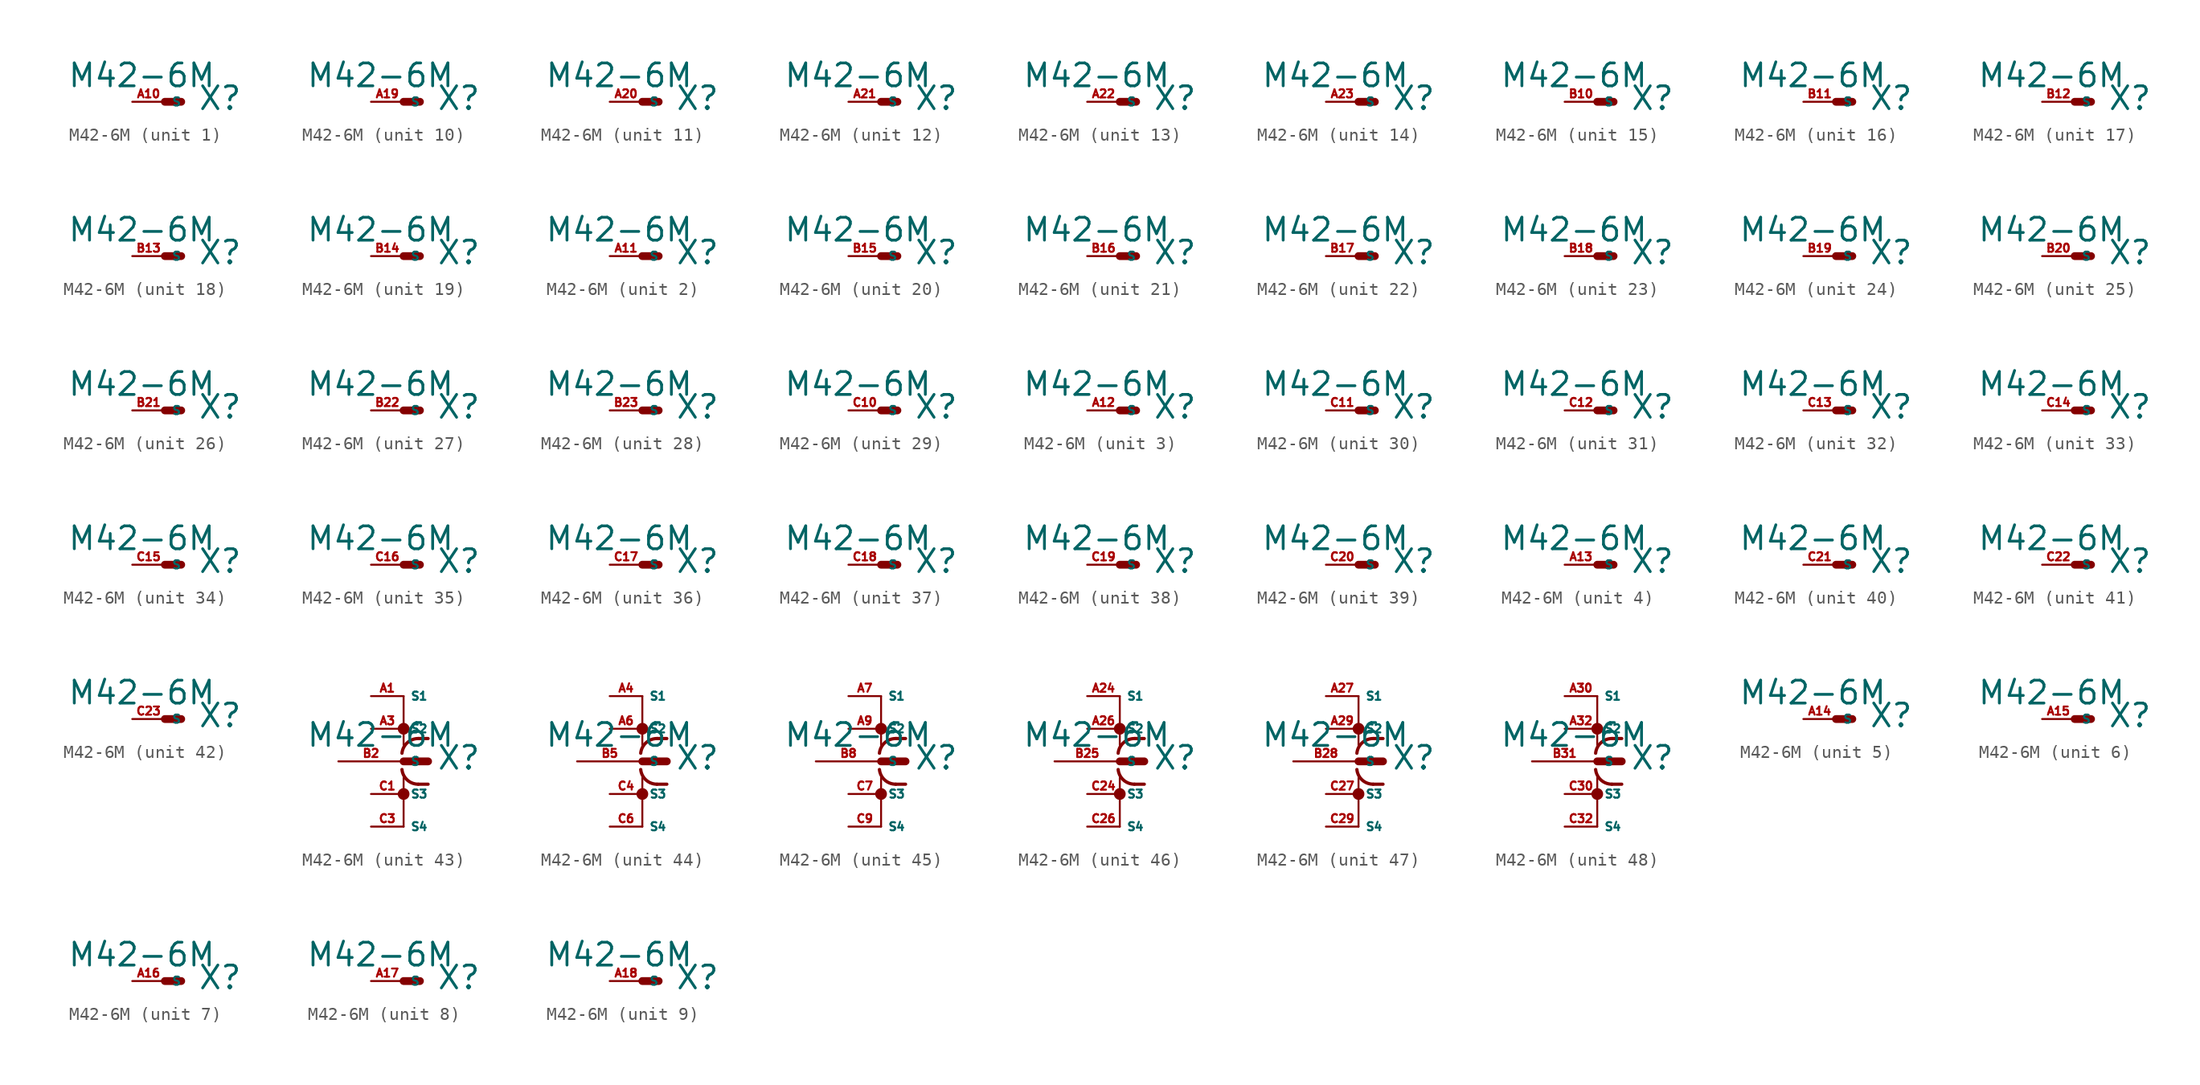
<source format=kicad_sym>
(kicad_symbol_lib
  (version 20220914)
  (generator Eagle2Kicad)
  (symbol "M42-6M"
    (property "Reference" "X"
      (at 2.54 -0.762 0)
      (effects (font (size 1.778 1.778) (thickness 0.22)) (justify left bottom)))
    (property "Value" "M42-6M"
      (at -7.62 1.016 0)
      (effects (font (size 1.778 1.778) (thickness 0.22)) (justify left bottom)))
    (symbol "M42-6M_1_0"
      (polyline (pts (xy 0 0) (xy 1.27 0)) (stroke (width 0.61) (type default)) (fill (type none)))
      (pin passive line (at -2.54 0 0) (length 2.54) (name "S" (effects (font (size 0.635 0.635) (thickness 0.08)) (justify left bottom))) (number "A10" (effects (font (size 0.635 0.635) (thickness 0.08)) (justify left bottom)))))
    (symbol "M42-6M_2_0"
      (polyline (pts (xy 0 0) (xy 1.27 0)) (stroke (width 0.61) (type default)) (fill (type none)))
      (pin passive line (at -2.54 0 0) (length 2.54) (name "S" (effects (font (size 0.635 0.635) (thickness 0.08)) (justify left bottom))) (number "A11" (effects (font (size 0.635 0.635) (thickness 0.08)) (justify left bottom)))))
    (symbol "M42-6M_3_0"
      (polyline (pts (xy 0 0) (xy 1.27 0)) (stroke (width 0.61) (type default)) (fill (type none)))
      (pin passive line (at -2.54 0 0) (length 2.54) (name "S" (effects (font (size 0.635 0.635) (thickness 0.08)) (justify left bottom))) (number "A12" (effects (font (size 0.635 0.635) (thickness 0.08)) (justify left bottom)))))
    (symbol "M42-6M_4_0"
      (polyline (pts (xy 0 0) (xy 1.27 0)) (stroke (width 0.61) (type default)) (fill (type none)))
      (pin passive line (at -2.54 0 0) (length 2.54) (name "S" (effects (font (size 0.635 0.635) (thickness 0.08)) (justify left bottom))) (number "A13" (effects (font (size 0.635 0.635) (thickness 0.08)) (justify left bottom)))))
    (symbol "M42-6M_5_0"
      (polyline (pts (xy 0 0) (xy 1.27 0)) (stroke (width 0.61) (type default)) (fill (type none)))
      (pin passive line (at -2.54 0 0) (length 2.54) (name "S" (effects (font (size 0.635 0.635) (thickness 0.08)) (justify left bottom))) (number "A14" (effects (font (size 0.635 0.635) (thickness 0.08)) (justify left bottom)))))
    (symbol "M42-6M_6_0"
      (polyline (pts (xy 0 0) (xy 1.27 0)) (stroke (width 0.61) (type default)) (fill (type none)))
      (pin passive line (at -2.54 0 0) (length 2.54) (name "S" (effects (font (size 0.635 0.635) (thickness 0.08)) (justify left bottom))) (number "A15" (effects (font (size 0.635 0.635) (thickness 0.08)) (justify left bottom)))))
    (symbol "M42-6M_7_0"
      (polyline (pts (xy 0 0) (xy 1.27 0)) (stroke (width 0.61) (type default)) (fill (type none)))
      (pin passive line (at -2.54 0 0) (length 2.54) (name "S" (effects (font (size 0.635 0.635) (thickness 0.08)) (justify left bottom))) (number "A16" (effects (font (size 0.635 0.635) (thickness 0.08)) (justify left bottom)))))
    (symbol "M42-6M_8_0"
      (polyline (pts (xy 0 0) (xy 1.27 0)) (stroke (width 0.61) (type default)) (fill (type none)))
      (pin passive line (at -2.54 0 0) (length 2.54) (name "S" (effects (font (size 0.635 0.635) (thickness 0.08)) (justify left bottom))) (number "A17" (effects (font (size 0.635 0.635) (thickness 0.08)) (justify left bottom)))))
    (symbol "M42-6M_9_0"
      (polyline (pts (xy 0 0) (xy 1.27 0)) (stroke (width 0.61) (type default)) (fill (type none)))
      (pin passive line (at -2.54 0 0) (length 2.54) (name "S" (effects (font (size 0.635 0.635) (thickness 0.08)) (justify left bottom))) (number "A18" (effects (font (size 0.635 0.635) (thickness 0.08)) (justify left bottom)))))
    (symbol "M42-6M_10_0"
      (polyline (pts (xy 0 0) (xy 1.27 0)) (stroke (width 0.61) (type default)) (fill (type none)))
      (pin passive line (at -2.54 0 0) (length 2.54) (name "S" (effects (font (size 0.635 0.635) (thickness 0.08)) (justify left bottom))) (number "A19" (effects (font (size 0.635 0.635) (thickness 0.08)) (justify left bottom)))))
    (symbol "M42-6M_11_0"
      (polyline (pts (xy 0 0) (xy 1.27 0)) (stroke (width 0.61) (type default)) (fill (type none)))
      (pin passive line (at -2.54 0 0) (length 2.54) (name "S" (effects (font (size 0.635 0.635) (thickness 0.08)) (justify left bottom))) (number "A20" (effects (font (size 0.635 0.635) (thickness 0.08)) (justify left bottom)))))
    (symbol "M42-6M_12_0"
      (polyline (pts (xy 0 0) (xy 1.27 0)) (stroke (width 0.61) (type default)) (fill (type none)))
      (pin passive line (at -2.54 0 0) (length 2.54) (name "S" (effects (font (size 0.635 0.635) (thickness 0.08)) (justify left bottom))) (number "A21" (effects (font (size 0.635 0.635) (thickness 0.08)) (justify left bottom)))))
    (symbol "M42-6M_13_0"
      (polyline (pts (xy 0 0) (xy 1.27 0)) (stroke (width 0.61) (type default)) (fill (type none)))
      (pin passive line (at -2.54 0 0) (length 2.54) (name "S" (effects (font (size 0.635 0.635) (thickness 0.08)) (justify left bottom))) (number "A22" (effects (font (size 0.635 0.635) (thickness 0.08)) (justify left bottom)))))
    (symbol "M42-6M_14_0"
      (polyline (pts (xy 0 0) (xy 1.27 0)) (stroke (width 0.61) (type default)) (fill (type none)))
      (pin passive line (at -2.54 0 0) (length 2.54) (name "S" (effects (font (size 0.635 0.635) (thickness 0.08)) (justify left bottom))) (number "A23" (effects (font (size 0.635 0.635) (thickness 0.08)) (justify left bottom)))))
    (symbol "M42-6M_15_0"
      (polyline (pts (xy 0 0) (xy 1.27 0)) (stroke (width 0.61) (type default)) (fill (type none)))
      (pin passive line (at -2.54 0 0) (length 2.54) (name "S" (effects (font (size 0.635 0.635) (thickness 0.08)) (justify left bottom))) (number "B10" (effects (font (size 0.635 0.635) (thickness 0.08)) (justify left bottom)))))
    (symbol "M42-6M_16_0"
      (polyline (pts (xy 0 0) (xy 1.27 0)) (stroke (width 0.61) (type default)) (fill (type none)))
      (pin passive line (at -2.54 0 0) (length 2.54) (name "S" (effects (font (size 0.635 0.635) (thickness 0.08)) (justify left bottom))) (number "B11" (effects (font (size 0.635 0.635) (thickness 0.08)) (justify left bottom)))))
    (symbol "M42-6M_17_0"
      (polyline (pts (xy 0 0) (xy 1.27 0)) (stroke (width 0.61) (type default)) (fill (type none)))
      (pin passive line (at -2.54 0 0) (length 2.54) (name "S" (effects (font (size 0.635 0.635) (thickness 0.08)) (justify left bottom))) (number "B12" (effects (font (size 0.635 0.635) (thickness 0.08)) (justify left bottom)))))
    (symbol "M42-6M_18_0"
      (polyline (pts (xy 0 0) (xy 1.27 0)) (stroke (width 0.61) (type default)) (fill (type none)))
      (pin passive line (at -2.54 0 0) (length 2.54) (name "S" (effects (font (size 0.635 0.635) (thickness 0.08)) (justify left bottom))) (number "B13" (effects (font (size 0.635 0.635) (thickness 0.08)) (justify left bottom)))))
    (symbol "M42-6M_19_0"
      (polyline (pts (xy 0 0) (xy 1.27 0)) (stroke (width 0.61) (type default)) (fill (type none)))
      (pin passive line (at -2.54 0 0) (length 2.54) (name "S" (effects (font (size 0.635 0.635) (thickness 0.08)) (justify left bottom))) (number "B14" (effects (font (size 0.635 0.635) (thickness 0.08)) (justify left bottom)))))
    (symbol "M42-6M_20_0"
      (polyline (pts (xy 0 0) (xy 1.27 0)) (stroke (width 0.61) (type default)) (fill (type none)))
      (pin passive line (at -2.54 0 0) (length 2.54) (name "S" (effects (font (size 0.635 0.635) (thickness 0.08)) (justify left bottom))) (number "B15" (effects (font (size 0.635 0.635) (thickness 0.08)) (justify left bottom)))))
    (symbol "M42-6M_21_0"
      (polyline (pts (xy 0 0) (xy 1.27 0)) (stroke (width 0.61) (type default)) (fill (type none)))
      (pin passive line (at -2.54 0 0) (length 2.54) (name "S" (effects (font (size 0.635 0.635) (thickness 0.08)) (justify left bottom))) (number "B16" (effects (font (size 0.635 0.635) (thickness 0.08)) (justify left bottom)))))
    (symbol "M42-6M_22_0"
      (polyline (pts (xy 0 0) (xy 1.27 0)) (stroke (width 0.61) (type default)) (fill (type none)))
      (pin passive line (at -2.54 0 0) (length 2.54) (name "S" (effects (font (size 0.635 0.635) (thickness 0.08)) (justify left bottom))) (number "B17" (effects (font (size 0.635 0.635) (thickness 0.08)) (justify left bottom)))))
    (symbol "M42-6M_23_0"
      (polyline (pts (xy 0 0) (xy 1.27 0)) (stroke (width 0.61) (type default)) (fill (type none)))
      (pin passive line (at -2.54 0 0) (length 2.54) (name "S" (effects (font (size 0.635 0.635) (thickness 0.08)) (justify left bottom))) (number "B18" (effects (font (size 0.635 0.635) (thickness 0.08)) (justify left bottom)))))
    (symbol "M42-6M_24_0"
      (polyline (pts (xy 0 0) (xy 1.27 0)) (stroke (width 0.61) (type default)) (fill (type none)))
      (pin passive line (at -2.54 0 0) (length 2.54) (name "S" (effects (font (size 0.635 0.635) (thickness 0.08)) (justify left bottom))) (number "B19" (effects (font (size 0.635 0.635) (thickness 0.08)) (justify left bottom)))))
    (symbol "M42-6M_25_0"
      (polyline (pts (xy 0 0) (xy 1.27 0)) (stroke (width 0.61) (type default)) (fill (type none)))
      (pin passive line (at -2.54 0 0) (length 2.54) (name "S" (effects (font (size 0.635 0.635) (thickness 0.08)) (justify left bottom))) (number "B20" (effects (font (size 0.635 0.635) (thickness 0.08)) (justify left bottom)))))
    (symbol "M42-6M_26_0"
      (polyline (pts (xy 0 0) (xy 1.27 0)) (stroke (width 0.61) (type default)) (fill (type none)))
      (pin passive line (at -2.54 0 0) (length 2.54) (name "S" (effects (font (size 0.635 0.635) (thickness 0.08)) (justify left bottom))) (number "B21" (effects (font (size 0.635 0.635) (thickness 0.08)) (justify left bottom)))))
    (symbol "M42-6M_27_0"
      (polyline (pts (xy 0 0) (xy 1.27 0)) (stroke (width 0.61) (type default)) (fill (type none)))
      (pin passive line (at -2.54 0 0) (length 2.54) (name "S" (effects (font (size 0.635 0.635) (thickness 0.08)) (justify left bottom))) (number "B22" (effects (font (size 0.635 0.635) (thickness 0.08)) (justify left bottom)))))
    (symbol "M42-6M_28_0"
      (polyline (pts (xy 0 0) (xy 1.27 0)) (stroke (width 0.61) (type default)) (fill (type none)))
      (pin passive line (at -2.54 0 0) (length 2.54) (name "S" (effects (font (size 0.635 0.635) (thickness 0.08)) (justify left bottom))) (number "B23" (effects (font (size 0.635 0.635) (thickness 0.08)) (justify left bottom)))))
    (symbol "M42-6M_29_0"
      (polyline (pts (xy 0 0) (xy 1.27 0)) (stroke (width 0.61) (type default)) (fill (type none)))
      (pin passive line (at -2.54 0 0) (length 2.54) (name "S" (effects (font (size 0.635 0.635) (thickness 0.08)) (justify left bottom))) (number "C10" (effects (font (size 0.635 0.635) (thickness 0.08)) (justify left bottom)))))
    (symbol "M42-6M_30_0"
      (polyline (pts (xy 0 0) (xy 1.27 0)) (stroke (width 0.61) (type default)) (fill (type none)))
      (pin passive line (at -2.54 0 0) (length 2.54) (name "S" (effects (font (size 0.635 0.635) (thickness 0.08)) (justify left bottom))) (number "C11" (effects (font (size 0.635 0.635) (thickness 0.08)) (justify left bottom)))))
    (symbol "M42-6M_31_0"
      (polyline (pts (xy 0 0) (xy 1.27 0)) (stroke (width 0.61) (type default)) (fill (type none)))
      (pin passive line (at -2.54 0 0) (length 2.54) (name "S" (effects (font (size 0.635 0.635) (thickness 0.08)) (justify left bottom))) (number "C12" (effects (font (size 0.635 0.635) (thickness 0.08)) (justify left bottom)))))
    (symbol "M42-6M_32_0"
      (polyline (pts (xy 0 0) (xy 1.27 0)) (stroke (width 0.61) (type default)) (fill (type none)))
      (pin passive line (at -2.54 0 0) (length 2.54) (name "S" (effects (font (size 0.635 0.635) (thickness 0.08)) (justify left bottom))) (number "C13" (effects (font (size 0.635 0.635) (thickness 0.08)) (justify left bottom)))))
    (symbol "M42-6M_33_0"
      (polyline (pts (xy 0 0) (xy 1.27 0)) (stroke (width 0.61) (type default)) (fill (type none)))
      (pin passive line (at -2.54 0 0) (length 2.54) (name "S" (effects (font (size 0.635 0.635) (thickness 0.08)) (justify left bottom))) (number "C14" (effects (font (size 0.635 0.635) (thickness 0.08)) (justify left bottom)))))
    (symbol "M42-6M_34_0"
      (polyline (pts (xy 0 0) (xy 1.27 0)) (stroke (width 0.61) (type default)) (fill (type none)))
      (pin passive line (at -2.54 0 0) (length 2.54) (name "S" (effects (font (size 0.635 0.635) (thickness 0.08)) (justify left bottom))) (number "C15" (effects (font (size 0.635 0.635) (thickness 0.08)) (justify left bottom)))))
    (symbol "M42-6M_35_0"
      (polyline (pts (xy 0 0) (xy 1.27 0)) (stroke (width 0.61) (type default)) (fill (type none)))
      (pin passive line (at -2.54 0 0) (length 2.54) (name "S" (effects (font (size 0.635 0.635) (thickness 0.08)) (justify left bottom))) (number "C16" (effects (font (size 0.635 0.635) (thickness 0.08)) (justify left bottom)))))
    (symbol "M42-6M_36_0"
      (polyline (pts (xy 0 0) (xy 1.27 0)) (stroke (width 0.61) (type default)) (fill (type none)))
      (pin passive line (at -2.54 0 0) (length 2.54) (name "S" (effects (font (size 0.635 0.635) (thickness 0.08)) (justify left bottom))) (number "C17" (effects (font (size 0.635 0.635) (thickness 0.08)) (justify left bottom)))))
    (symbol "M42-6M_37_0"
      (polyline (pts (xy 0 0) (xy 1.27 0)) (stroke (width 0.61) (type default)) (fill (type none)))
      (pin passive line (at -2.54 0 0) (length 2.54) (name "S" (effects (font (size 0.635 0.635) (thickness 0.08)) (justify left bottom))) (number "C18" (effects (font (size 0.635 0.635) (thickness 0.08)) (justify left bottom)))))
    (symbol "M42-6M_38_0"
      (polyline (pts (xy 0 0) (xy 1.27 0)) (stroke (width 0.61) (type default)) (fill (type none)))
      (pin passive line (at -2.54 0 0) (length 2.54) (name "S" (effects (font (size 0.635 0.635) (thickness 0.08)) (justify left bottom))) (number "C19" (effects (font (size 0.635 0.635) (thickness 0.08)) (justify left bottom)))))
    (symbol "M42-6M_39_0"
      (polyline (pts (xy 0 0) (xy 1.27 0)) (stroke (width 0.61) (type default)) (fill (type none)))
      (pin passive line (at -2.54 0 0) (length 2.54) (name "S" (effects (font (size 0.635 0.635) (thickness 0.08)) (justify left bottom))) (number "C20" (effects (font (size 0.635 0.635) (thickness 0.08)) (justify left bottom)))))
    (symbol "M42-6M_40_0"
      (polyline (pts (xy 0 0) (xy 1.27 0)) (stroke (width 0.61) (type default)) (fill (type none)))
      (pin passive line (at -2.54 0 0) (length 2.54) (name "S" (effects (font (size 0.635 0.635) (thickness 0.08)) (justify left bottom))) (number "C21" (effects (font (size 0.635 0.635) (thickness 0.08)) (justify left bottom)))))
    (symbol "M42-6M_41_0"
      (polyline (pts (xy 0 0) (xy 1.27 0)) (stroke (width 0.61) (type default)) (fill (type none)))
      (pin passive line (at -2.54 0 0) (length 2.54) (name "S" (effects (font (size 0.635 0.635) (thickness 0.08)) (justify left bottom))) (number "C22" (effects (font (size 0.635 0.635) (thickness 0.08)) (justify left bottom)))))
    (symbol "M42-6M_42_0"
      (polyline (pts (xy 0 0) (xy 1.27 0)) (stroke (width 0.61) (type default)) (fill (type none)))
      (pin passive line (at -2.54 0 0) (length 2.54) (name "S" (effects (font (size 0.635 0.635) (thickness 0.08)) (justify left bottom))) (number "C23" (effects (font (size 0.635 0.635) (thickness 0.08)) (justify left bottom)))))
    (symbol "M42-6M_43_0"
      (polyline (pts (xy 0 0) (xy 1.905 0)) (stroke (width 0.61) (type default)) (fill (type none)))
      (polyline (pts (xy 0 5.08) (xy 0 1.27)) (stroke (width 0.152) (type default)) (fill (type none)))
      (polyline (pts (xy 0 -5.08) (xy 0 -1.27)) (stroke (width 0.152) (type default)) (fill (type none)))
      (polyline (pts (xy 1.905 1.778) (xy 1.143 1.778)) (stroke (width 0.254) (type default)) (fill (type none)))
      (polyline (pts (xy 1.905 -1.778) (xy 1.143 -1.778)) (stroke (width 0.254) (type default)) (fill (type none)))
      (arc (start 1.143 1.778) (mid 0.287 1.452) (end -0.127 0.635) (stroke (width 0.254) (type default)) (fill (type none)))
      (arc (start -0.127 -0.635) (mid 0.287 -1.452) (end 1.143 -1.778) (stroke (width 0.254) (type default)) (fill (type none)))
      (circle (center 0 2.54) (radius 0.254) (stroke (width 0.406) (type default)) (fill (type none)))
      (circle (center 0 -2.54) (radius 0.254) (stroke (width 0.406) (type default)) (fill (type none)))
      (pin passive line (at -5.08 0 0) (length 5.08) (name "S" (effects (font (size 0.635 0.635) (thickness 0.08)) (justify left bottom))) (number "B2" (effects (font (size 0.635 0.635) (thickness 0.08)) (justify left bottom))))
      (pin passive line (at -2.54 5.08 0) (length 2.54) (name "S1" (effects (font (size 0.635 0.635) (thickness 0.08)) (justify left bottom))) (number "A1" (effects (font (size 0.635 0.635) (thickness 0.08)) (justify left bottom))))
      (pin passive line (at -2.54 2.54 0) (length 2.54) (name "S2" (effects (font (size 0.635 0.635) (thickness 0.08)) (justify left bottom))) (number "A3" (effects (font (size 0.635 0.635) (thickness 0.08)) (justify left bottom))))
      (pin passive line (at -2.54 -2.54 0) (length 2.54) (name "S3" (effects (font (size 0.635 0.635) (thickness 0.08)) (justify left bottom))) (number "C1" (effects (font (size 0.635 0.635) (thickness 0.08)) (justify left bottom))))
      (pin passive line (at -2.54 -5.08 0) (length 2.54) (name "S4" (effects (font (size 0.635 0.635) (thickness 0.08)) (justify left bottom))) (number "C3" (effects (font (size 0.635 0.635) (thickness 0.08)) (justify left bottom)))))
    (symbol "M42-6M_44_0"
      (polyline (pts (xy 0 0) (xy 1.905 0)) (stroke (width 0.61) (type default)) (fill (type none)))
      (polyline (pts (xy 0 5.08) (xy 0 1.27)) (stroke (width 0.152) (type default)) (fill (type none)))
      (polyline (pts (xy 0 -5.08) (xy 0 -1.27)) (stroke (width 0.152) (type default)) (fill (type none)))
      (polyline (pts (xy 1.905 1.778) (xy 1.143 1.778)) (stroke (width 0.254) (type default)) (fill (type none)))
      (polyline (pts (xy 1.905 -1.778) (xy 1.143 -1.778)) (stroke (width 0.254) (type default)) (fill (type none)))
      (arc (start 1.143 1.778) (mid 0.287 1.452) (end -0.127 0.635) (stroke (width 0.254) (type default)) (fill (type none)))
      (arc (start -0.127 -0.635) (mid 0.287 -1.452) (end 1.143 -1.778) (stroke (width 0.254) (type default)) (fill (type none)))
      (circle (center 0 2.54) (radius 0.254) (stroke (width 0.406) (type default)) (fill (type none)))
      (circle (center 0 -2.54) (radius 0.254) (stroke (width 0.406) (type default)) (fill (type none)))
      (pin passive line (at -5.08 0 0) (length 5.08) (name "S" (effects (font (size 0.635 0.635) (thickness 0.08)) (justify left bottom))) (number "B5" (effects (font (size 0.635 0.635) (thickness 0.08)) (justify left bottom))))
      (pin passive line (at -2.54 5.08 0) (length 2.54) (name "S1" (effects (font (size 0.635 0.635) (thickness 0.08)) (justify left bottom))) (number "A4" (effects (font (size 0.635 0.635) (thickness 0.08)) (justify left bottom))))
      (pin passive line (at -2.54 2.54 0) (length 2.54) (name "S2" (effects (font (size 0.635 0.635) (thickness 0.08)) (justify left bottom))) (number "A6" (effects (font (size 0.635 0.635) (thickness 0.08)) (justify left bottom))))
      (pin passive line (at -2.54 -2.54 0) (length 2.54) (name "S3" (effects (font (size 0.635 0.635) (thickness 0.08)) (justify left bottom))) (number "C4" (effects (font (size 0.635 0.635) (thickness 0.08)) (justify left bottom))))
      (pin passive line (at -2.54 -5.08 0) (length 2.54) (name "S4" (effects (font (size 0.635 0.635) (thickness 0.08)) (justify left bottom))) (number "C6" (effects (font (size 0.635 0.635) (thickness 0.08)) (justify left bottom)))))
    (symbol "M42-6M_45_0"
      (polyline (pts (xy 0 0) (xy 1.905 0)) (stroke (width 0.61) (type default)) (fill (type none)))
      (polyline (pts (xy 0 5.08) (xy 0 1.27)) (stroke (width 0.152) (type default)) (fill (type none)))
      (polyline (pts (xy 0 -5.08) (xy 0 -1.27)) (stroke (width 0.152) (type default)) (fill (type none)))
      (polyline (pts (xy 1.905 1.778) (xy 1.143 1.778)) (stroke (width 0.254) (type default)) (fill (type none)))
      (polyline (pts (xy 1.905 -1.778) (xy 1.143 -1.778)) (stroke (width 0.254) (type default)) (fill (type none)))
      (arc (start 1.143 1.778) (mid 0.287 1.452) (end -0.127 0.635) (stroke (width 0.254) (type default)) (fill (type none)))
      (arc (start -0.127 -0.635) (mid 0.287 -1.452) (end 1.143 -1.778) (stroke (width 0.254) (type default)) (fill (type none)))
      (circle (center 0 2.54) (radius 0.254) (stroke (width 0.406) (type default)) (fill (type none)))
      (circle (center 0 -2.54) (radius 0.254) (stroke (width 0.406) (type default)) (fill (type none)))
      (pin passive line (at -5.08 0 0) (length 5.08) (name "S" (effects (font (size 0.635 0.635) (thickness 0.08)) (justify left bottom))) (number "B8" (effects (font (size 0.635 0.635) (thickness 0.08)) (justify left bottom))))
      (pin passive line (at -2.54 5.08 0) (length 2.54) (name "S1" (effects (font (size 0.635 0.635) (thickness 0.08)) (justify left bottom))) (number "A7" (effects (font (size 0.635 0.635) (thickness 0.08)) (justify left bottom))))
      (pin passive line (at -2.54 2.54 0) (length 2.54) (name "S2" (effects (font (size 0.635 0.635) (thickness 0.08)) (justify left bottom))) (number "A9" (effects (font (size 0.635 0.635) (thickness 0.08)) (justify left bottom))))
      (pin passive line (at -2.54 -2.54 0) (length 2.54) (name "S3" (effects (font (size 0.635 0.635) (thickness 0.08)) (justify left bottom))) (number "C7" (effects (font (size 0.635 0.635) (thickness 0.08)) (justify left bottom))))
      (pin passive line (at -2.54 -5.08 0) (length 2.54) (name "S4" (effects (font (size 0.635 0.635) (thickness 0.08)) (justify left bottom))) (number "C9" (effects (font (size 0.635 0.635) (thickness 0.08)) (justify left bottom)))))
    (symbol "M42-6M_46_0"
      (polyline (pts (xy 0 0) (xy 1.905 0)) (stroke (width 0.61) (type default)) (fill (type none)))
      (polyline (pts (xy 0 5.08) (xy 0 1.27)) (stroke (width 0.152) (type default)) (fill (type none)))
      (polyline (pts (xy 0 -5.08) (xy 0 -1.27)) (stroke (width 0.152) (type default)) (fill (type none)))
      (polyline (pts (xy 1.905 1.778) (xy 1.143 1.778)) (stroke (width 0.254) (type default)) (fill (type none)))
      (polyline (pts (xy 1.905 -1.778) (xy 1.143 -1.778)) (stroke (width 0.254) (type default)) (fill (type none)))
      (arc (start 1.143 1.778) (mid 0.287 1.452) (end -0.127 0.635) (stroke (width 0.254) (type default)) (fill (type none)))
      (arc (start -0.127 -0.635) (mid 0.287 -1.452) (end 1.143 -1.778) (stroke (width 0.254) (type default)) (fill (type none)))
      (circle (center 0 2.54) (radius 0.254) (stroke (width 0.406) (type default)) (fill (type none)))
      (circle (center 0 -2.54) (radius 0.254) (stroke (width 0.406) (type default)) (fill (type none)))
      (pin passive line (at -5.08 0 0) (length 5.08) (name "S" (effects (font (size 0.635 0.635) (thickness 0.08)) (justify left bottom))) (number "B25" (effects (font (size 0.635 0.635) (thickness 0.08)) (justify left bottom))))
      (pin passive line (at -2.54 5.08 0) (length 2.54) (name "S1" (effects (font (size 0.635 0.635) (thickness 0.08)) (justify left bottom))) (number "A24" (effects (font (size 0.635 0.635) (thickness 0.08)) (justify left bottom))))
      (pin passive line (at -2.54 2.54 0) (length 2.54) (name "S2" (effects (font (size 0.635 0.635) (thickness 0.08)) (justify left bottom))) (number "A26" (effects (font (size 0.635 0.635) (thickness 0.08)) (justify left bottom))))
      (pin passive line (at -2.54 -2.54 0) (length 2.54) (name "S3" (effects (font (size 0.635 0.635) (thickness 0.08)) (justify left bottom))) (number "C24" (effects (font (size 0.635 0.635) (thickness 0.08)) (justify left bottom))))
      (pin passive line (at -2.54 -5.08 0) (length 2.54) (name "S4" (effects (font (size 0.635 0.635) (thickness 0.08)) (justify left bottom))) (number "C26" (effects (font (size 0.635 0.635) (thickness 0.08)) (justify left bottom)))))
    (symbol "M42-6M_47_0"
      (polyline (pts (xy 0 0) (xy 1.905 0)) (stroke (width 0.61) (type default)) (fill (type none)))
      (polyline (pts (xy 0 5.08) (xy 0 1.27)) (stroke (width 0.152) (type default)) (fill (type none)))
      (polyline (pts (xy 0 -5.08) (xy 0 -1.27)) (stroke (width 0.152) (type default)) (fill (type none)))
      (polyline (pts (xy 1.905 1.778) (xy 1.143 1.778)) (stroke (width 0.254) (type default)) (fill (type none)))
      (polyline (pts (xy 1.905 -1.778) (xy 1.143 -1.778)) (stroke (width 0.254) (type default)) (fill (type none)))
      (arc (start 1.143 1.778) (mid 0.287 1.452) (end -0.127 0.635) (stroke (width 0.254) (type default)) (fill (type none)))
      (arc (start -0.127 -0.635) (mid 0.287 -1.452) (end 1.143 -1.778) (stroke (width 0.254) (type default)) (fill (type none)))
      (circle (center 0 2.54) (radius 0.254) (stroke (width 0.406) (type default)) (fill (type none)))
      (circle (center 0 -2.54) (radius 0.254) (stroke (width 0.406) (type default)) (fill (type none)))
      (pin passive line (at -5.08 0 0) (length 5.08) (name "S" (effects (font (size 0.635 0.635) (thickness 0.08)) (justify left bottom))) (number "B28" (effects (font (size 0.635 0.635) (thickness 0.08)) (justify left bottom))))
      (pin passive line (at -2.54 5.08 0) (length 2.54) (name "S1" (effects (font (size 0.635 0.635) (thickness 0.08)) (justify left bottom))) (number "A27" (effects (font (size 0.635 0.635) (thickness 0.08)) (justify left bottom))))
      (pin passive line (at -2.54 2.54 0) (length 2.54) (name "S2" (effects (font (size 0.635 0.635) (thickness 0.08)) (justify left bottom))) (number "A29" (effects (font (size 0.635 0.635) (thickness 0.08)) (justify left bottom))))
      (pin passive line (at -2.54 -2.54 0) (length 2.54) (name "S3" (effects (font (size 0.635 0.635) (thickness 0.08)) (justify left bottom))) (number "C27" (effects (font (size 0.635 0.635) (thickness 0.08)) (justify left bottom))))
      (pin passive line (at -2.54 -5.08 0) (length 2.54) (name "S4" (effects (font (size 0.635 0.635) (thickness 0.08)) (justify left bottom))) (number "C29" (effects (font (size 0.635 0.635) (thickness 0.08)) (justify left bottom)))))
    (symbol "M42-6M_48_0"
      (polyline (pts (xy 0 0) (xy 1.905 0)) (stroke (width 0.61) (type default)) (fill (type none)))
      (polyline (pts (xy 0 5.08) (xy 0 1.27)) (stroke (width 0.152) (type default)) (fill (type none)))
      (polyline (pts (xy 0 -5.08) (xy 0 -1.27)) (stroke (width 0.152) (type default)) (fill (type none)))
      (polyline (pts (xy 1.905 1.778) (xy 1.143 1.778)) (stroke (width 0.254) (type default)) (fill (type none)))
      (polyline (pts (xy 1.905 -1.778) (xy 1.143 -1.778)) (stroke (width 0.254) (type default)) (fill (type none)))
      (arc (start 1.143 1.778) (mid 0.287 1.452) (end -0.127 0.635) (stroke (width 0.254) (type default)) (fill (type none)))
      (arc (start -0.127 -0.635) (mid 0.287 -1.452) (end 1.143 -1.778) (stroke (width 0.254) (type default)) (fill (type none)))
      (circle (center 0 2.54) (radius 0.254) (stroke (width 0.406) (type default)) (fill (type none)))
      (circle (center 0 -2.54) (radius 0.254) (stroke (width 0.406) (type default)) (fill (type none)))
      (pin passive line (at -5.08 0 0) (length 5.08) (name "S" (effects (font (size 0.635 0.635) (thickness 0.08)) (justify left bottom))) (number "B31" (effects (font (size 0.635 0.635) (thickness 0.08)) (justify left bottom))))
      (pin passive line (at -2.54 5.08 0) (length 2.54) (name "S1" (effects (font (size 0.635 0.635) (thickness 0.08)) (justify left bottom))) (number "A30" (effects (font (size 0.635 0.635) (thickness 0.08)) (justify left bottom))))
      (pin passive line (at -2.54 2.54 0) (length 2.54) (name "S2" (effects (font (size 0.635 0.635) (thickness 0.08)) (justify left bottom))) (number "A32" (effects (font (size 0.635 0.635) (thickness 0.08)) (justify left bottom))))
      (pin passive line (at -2.54 -2.54 0) (length 2.54) (name "S3" (effects (font (size 0.635 0.635) (thickness 0.08)) (justify left bottom))) (number "C30" (effects (font (size 0.635 0.635) (thickness 0.08)) (justify left bottom))))
      (pin passive line (at -2.54 -5.08 0) (length 2.54) (name "S4" (effects (font (size 0.635 0.635) (thickness 0.08)) (justify left bottom))) (number "C32" (effects (font (size 0.635 0.635) (thickness 0.08)) (justify left bottom)))))))
</source>
